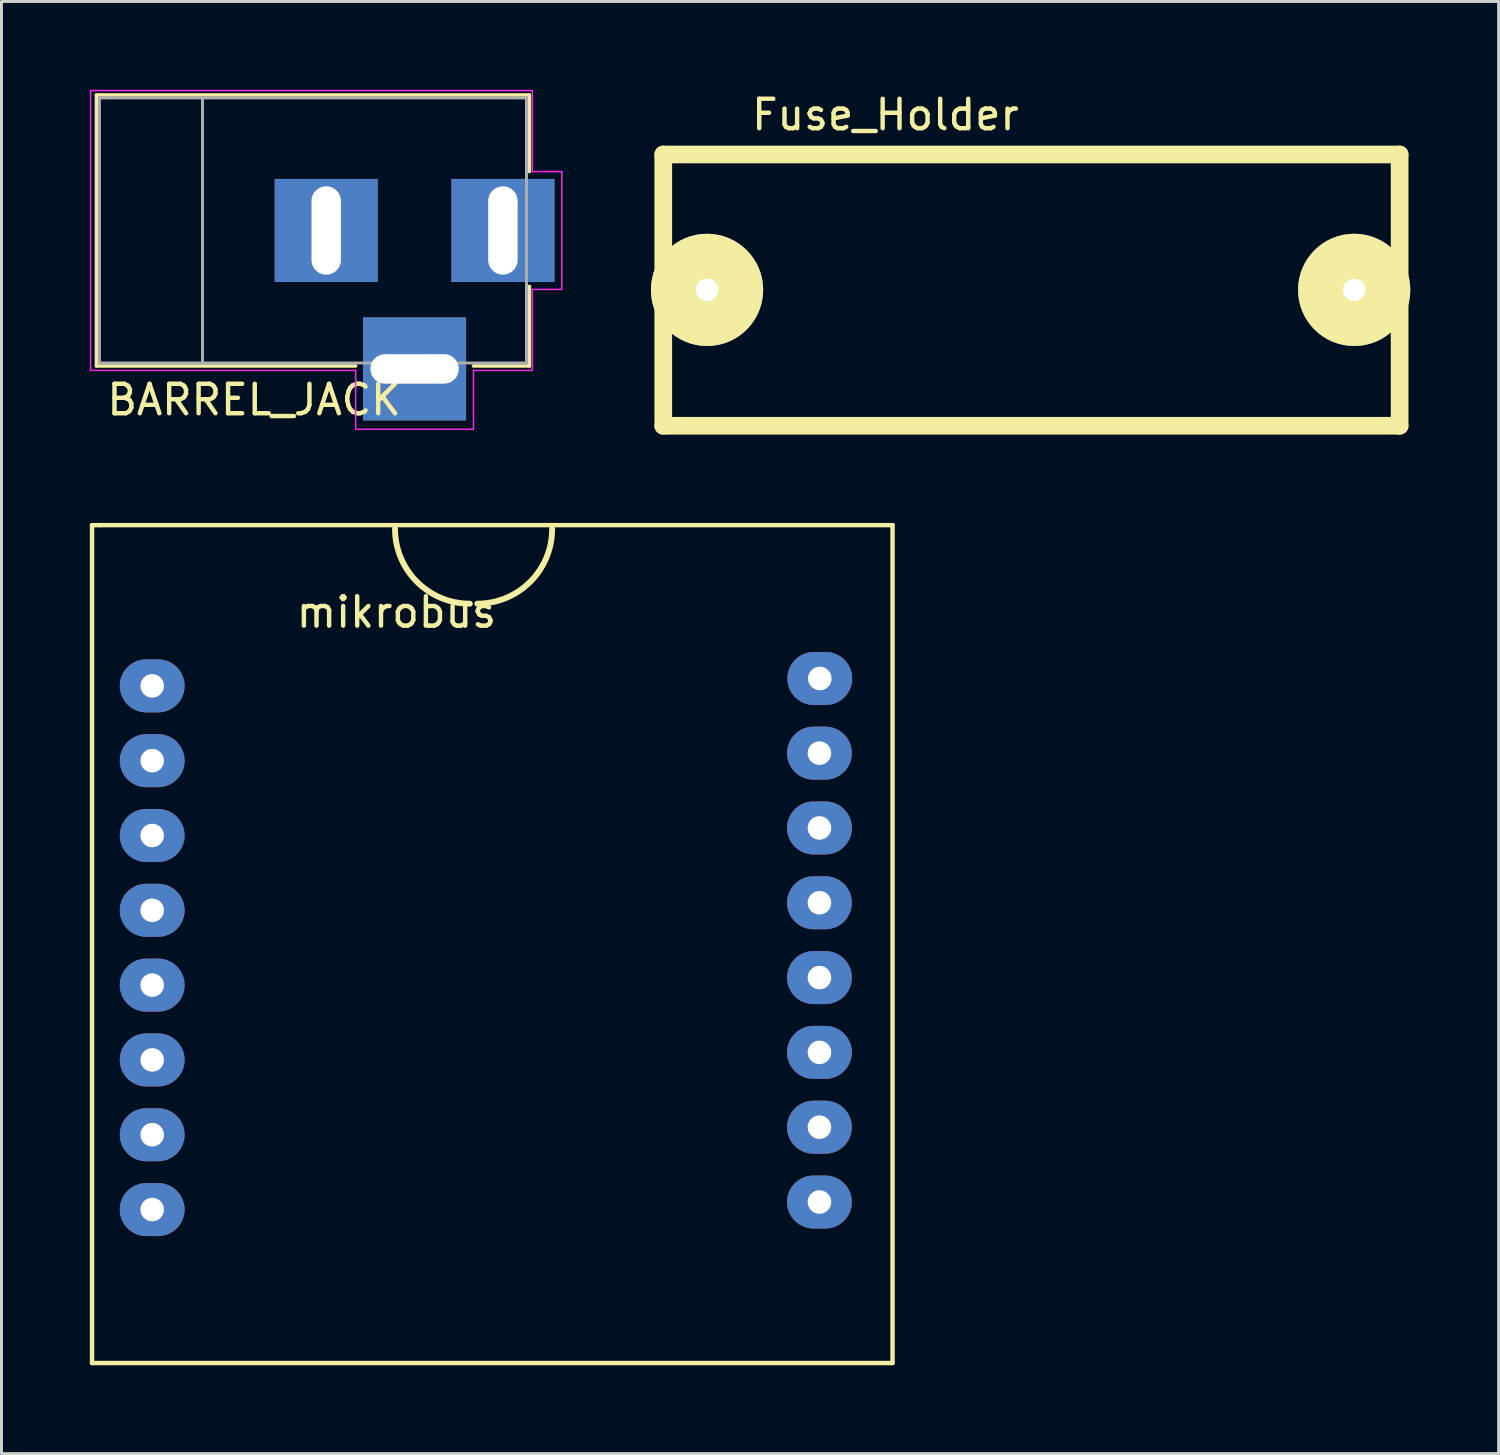
<source format=kicad_pcb>
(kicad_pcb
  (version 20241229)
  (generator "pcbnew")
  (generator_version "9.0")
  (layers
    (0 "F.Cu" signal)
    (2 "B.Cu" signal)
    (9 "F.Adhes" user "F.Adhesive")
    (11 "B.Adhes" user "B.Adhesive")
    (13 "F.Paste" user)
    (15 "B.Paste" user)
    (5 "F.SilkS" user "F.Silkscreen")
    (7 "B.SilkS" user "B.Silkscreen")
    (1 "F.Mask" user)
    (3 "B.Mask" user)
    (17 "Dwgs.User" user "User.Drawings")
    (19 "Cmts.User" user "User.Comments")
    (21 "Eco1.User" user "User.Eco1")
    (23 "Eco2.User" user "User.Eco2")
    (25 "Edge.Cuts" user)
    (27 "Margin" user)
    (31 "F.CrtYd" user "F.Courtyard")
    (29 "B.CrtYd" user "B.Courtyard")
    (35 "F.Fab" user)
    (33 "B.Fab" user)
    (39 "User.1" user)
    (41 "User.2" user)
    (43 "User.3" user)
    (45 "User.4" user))
  (footprint "BARREL_JACK"
    (layer "F.Cu")
    (at 14.025 4.775)
    (property "Reference" "BARREL_JACK" (at -8.45 5.75 180) (layer "F.SilkS") (effects (font (size 1 1) (thickness 0.15))))
    (attr through_hole)
    (fp_line (start -13.8 -4.6) (end 0.9 -4.6) (stroke (width 0.12) (type solid)) (layer "F.SilkS"))
    (fp_line (start -13.8 4.6) (end -13.8 -4.6) (stroke (width 0.12) (type solid)) (layer "F.SilkS"))
    (fp_line (start -5 4.6) (end -13.8 4.6) (stroke (width 0.12) (type solid)) (layer "F.SilkS"))
    (fp_line (start 0.9 -4.6) (end 0.9 -2) (stroke (width 0.12) (type solid)) (layer "F.SilkS"))
    (fp_line (start 0.9 1.9) (end 0.9 4.6) (stroke (width 0.12) (type solid)) (layer "F.SilkS"))
    (fp_line (start 0.9 4.6) (end -1 4.6) (stroke (width 0.12) (type solid)) (layer "F.SilkS"))
    (fp_line (start -14 4.75) (end -14 -4.75) (stroke (width 0.05) (type solid)) (layer "F.CrtYd"))
    (fp_line (start -5 4.75) (end -14 4.75) (stroke (width 0.05) (type solid)) (layer "F.CrtYd"))
    (fp_line (start -5 6.75) (end -5 4.75) (stroke (width 0.05) (type solid)) (layer "F.CrtYd"))
    (fp_line (start -1 4.75) (end -1 6.75) (stroke (width 0.05) (type solid)) (layer "F.CrtYd"))
    (fp_line (start -1 6.75) (end -5 6.75) (stroke (width 0.05) (type solid)) (layer "F.CrtYd"))
    (fp_line (start 1 -4.75) (end -14 -4.75) (stroke (width 0.05) (type solid)) (layer "F.CrtYd"))
    (fp_line (start 1 -4.5) (end 1 -4.75) (stroke (width 0.05) (type solid)) (layer "F.CrtYd"))
    (fp_line (start 1 -4.5) (end 1 -2) (stroke (width 0.05) (type solid)) (layer "F.CrtYd"))
    (fp_line (start 1 -2) (end 2 -2) (stroke (width 0.05) (type solid)) (layer "F.CrtYd"))
    (fp_line (start 1 2) (end 1 4.75) (stroke (width 0.05) (type solid)) (layer "F.CrtYd"))
    (fp_line (start 1 4.75) (end -1 4.75) (stroke (width 0.05) (type solid)) (layer "F.CrtYd"))
    (fp_line (start 2 -2) (end 2 2) (stroke (width 0.05) (type solid)) (layer "F.CrtYd"))
    (fp_line (start 2 2) (end 1 2) (stroke (width 0.05) (type solid)) (layer "F.CrtYd"))
    (fp_line (start -13.7 -4.5) (end -13.7 4.5) (stroke (width 0.1) (type solid)) (layer "F.Fab"))
    (fp_line (start -13.7 4.5) (end 0.8 4.5) (stroke (width 0.1) (type solid)) (layer "F.Fab"))
    (fp_line (start -10.2 -4.5) (end -10.2 4.5) (stroke (width 0.1) (type solid)) (layer "F.Fab"))
    (fp_line (start 0.8 -4.5) (end -13.7 -4.5) (stroke (width 0.1) (type solid)) (layer "F.Fab"))
    (fp_line (start 0.8 4.5) (end 0.8 -4.5) (stroke (width 0.1) (type solid)) (layer "F.Fab"))
    (pad "1" thru_hole rect (at -3 4.7) (size 3.5 3.5) (drill oval 3 1) (layers "*.Cu" "*.Mask"))
    (pad "1" thru_hole rect (at 0 0) (size 3.5 3.5) (drill oval 1 3) (layers "*.Cu" "*.Mask"))
    (pad "2" thru_hole rect (at -6 0) (size 3.5 3.5) (drill oval 1 3) (layers "*.Cu" "*.Mask")))
  (footprint "Fuse_Holder"
    (layer "F.Cu")
    (at 31.75 7.3)
    (property "Reference" "Fuse_Holder" (at -4.737 -6.452 0) (layer "F.SilkS") (effects (font (size 1 1) (thickness 0.15))))
    (attr through_hole)
    (fp_line (start -12.281 -5.105) (end 12.719 -5.105) (stroke (width 0.6) (type solid)) (layer "F.SilkS"))
    (fp_line (start -12.281 4.105) (end -12.281 -5.105) (stroke (width 0.6) (type solid)) (layer "F.SilkS"))
    (fp_line (start 12.719 -5.105) (end 12.719 4.105) (stroke (width 0.6) (type solid)) (layer "F.SilkS"))
    (fp_line (start 12.719 4.105) (end -12.281 4.105) (stroke (width 0.6) (type solid)) (layer "F.SilkS"))
    (pad "1" thru_hole circle (at 11.176 -0.508 90) (size 3.81 3.81) (drill 0.762) (layers "*.Cu" "*.Mask" "F.SilkS"))
    (pad "2" thru_hole circle (at -10.795 -0.508 90) (size 3.81 3.81) (drill 0.762) (layers "*.Cu" "*.Mask" "F.SilkS")))
  (footprint "mikrobus"
    (layer "F.Cu")
    (at 13.283 29.003)
    (property "Reference" "mikrobus" (at -2.873 -11.267 0) (layer "F.SilkS") (effects (font (size 1 1) (thickness 0.15))))
    (attr through_hole)
    (fp_line (start -13.208 -14.224) (end -12.954 -14.224) (stroke (width 0.15) (type solid)) (layer "F.SilkS"))
    (fp_line (start -13.208 14.224) (end -13.208 -14.224) (stroke (width 0.15) (type solid)) (layer "F.SilkS"))
    (fp_line (start -12.954 -14.224) (end 13.97 -14.224) (stroke (width 0.15) (type solid)) (layer "F.SilkS"))
    (fp_line (start -12.7 14.224) (end -13.208 14.224) (stroke (width 0.15) (type solid)) (layer "F.SilkS"))
    (fp_line (start 13.97 -14.224) (end 13.97 14.224) (stroke (width 0.15) (type solid)) (layer "F.SilkS"))
    (fp_line (start 13.97 14.224) (end -12.7 14.224) (stroke (width 0.15) (type solid)) (layer "F.SilkS"))
    (fp_arc (start -0.381 -11.557) (mid -2.177051 -12.300949) (end -2.921 -14.097) (stroke (width 0.2) (type solid)) (layer "F.SilkS"))
    (fp_arc (start 2.413 -14.097) (mid 1.669051 -12.300949) (end -0.127 -11.557) (stroke (width 0.2) (type solid)) (layer "F.SilkS"))
    (pad "1" thru_hole oval (at -11.166 -8.767) (size 2.2 1.8) (drill 0.8) (layers "*.Cu" "*.Mask"))
    (pad "2" thru_hole oval (at -11.166 -6.227) (size 2.2 1.8) (drill 0.8) (layers "*.Cu" "*.Mask"))
    (pad "3" thru_hole oval (at -11.166 -3.687) (size 2.2 1.8) (drill 0.8) (layers "*.Cu" "*.Mask"))
    (pad "4" thru_hole oval (at -11.166 -1.147) (size 2.2 1.8) (drill 0.8) (layers "*.Cu" "*.Mask"))
    (pad "5" thru_hole oval (at -11.166 1.393) (size 2.2 1.8) (drill 0.8) (layers "*.Cu" "*.Mask"))
    (pad "6" thru_hole oval (at -11.166 3.933) (size 2.2 1.8) (drill 0.8) (layers "*.Cu" "*.Mask"))
    (pad "7" thru_hole oval (at -11.166 6.473) (size 2.2 1.8) (drill 0.8) (layers "*.Cu" "*.Mask"))
    (pad "8" thru_hole oval (at -11.166 9.013) (size 2.2 1.8) (drill 0.8) (layers "*.Cu" "*.Mask"))
    (pad "9" thru_hole oval (at 11.488 8.757) (size 2.2 1.8) (drill 0.8) (layers "*.Cu" "*.Mask"))
    (pad "10" thru_hole oval (at 11.488 6.217) (size 2.2 1.8) (drill 0.8) (layers "*.Cu" "*.Mask"))
    (pad "11" thru_hole oval (at 11.488 3.677) (size 2.2 1.8) (drill 0.8) (layers "*.Cu" "*.Mask"))
    (pad "12" thru_hole oval (at 11.488 1.137) (size 2.2 1.8) (drill 0.8) (layers "*.Cu" "*.Mask"))
    (pad "13" thru_hole oval (at 11.488 -1.403) (size 2.2 1.8) (drill 0.8) (layers "*.Cu" "*.Mask"))
    (pad "14" thru_hole oval (at 11.488 -3.943) (size 2.2 1.8) (drill 0.8) (layers "*.Cu" "*.Mask"))
    (pad "15" thru_hole oval (at 11.488 -6.483) (size 2.2 1.8) (drill 0.8) (layers "*.Cu" "*.Mask"))
    (pad "16" thru_hole oval (at 11.5 -9.017) (size 2.2 1.8) (drill 0.8) (layers "*.Cu" "*.Mask")))
  (gr_rect
    (start -3 -3)
    (end 47.831 46.302)
    (stroke (width 0.1) (type default))
    (fill no)
    (layer "Edge.Cuts")))
</source>
